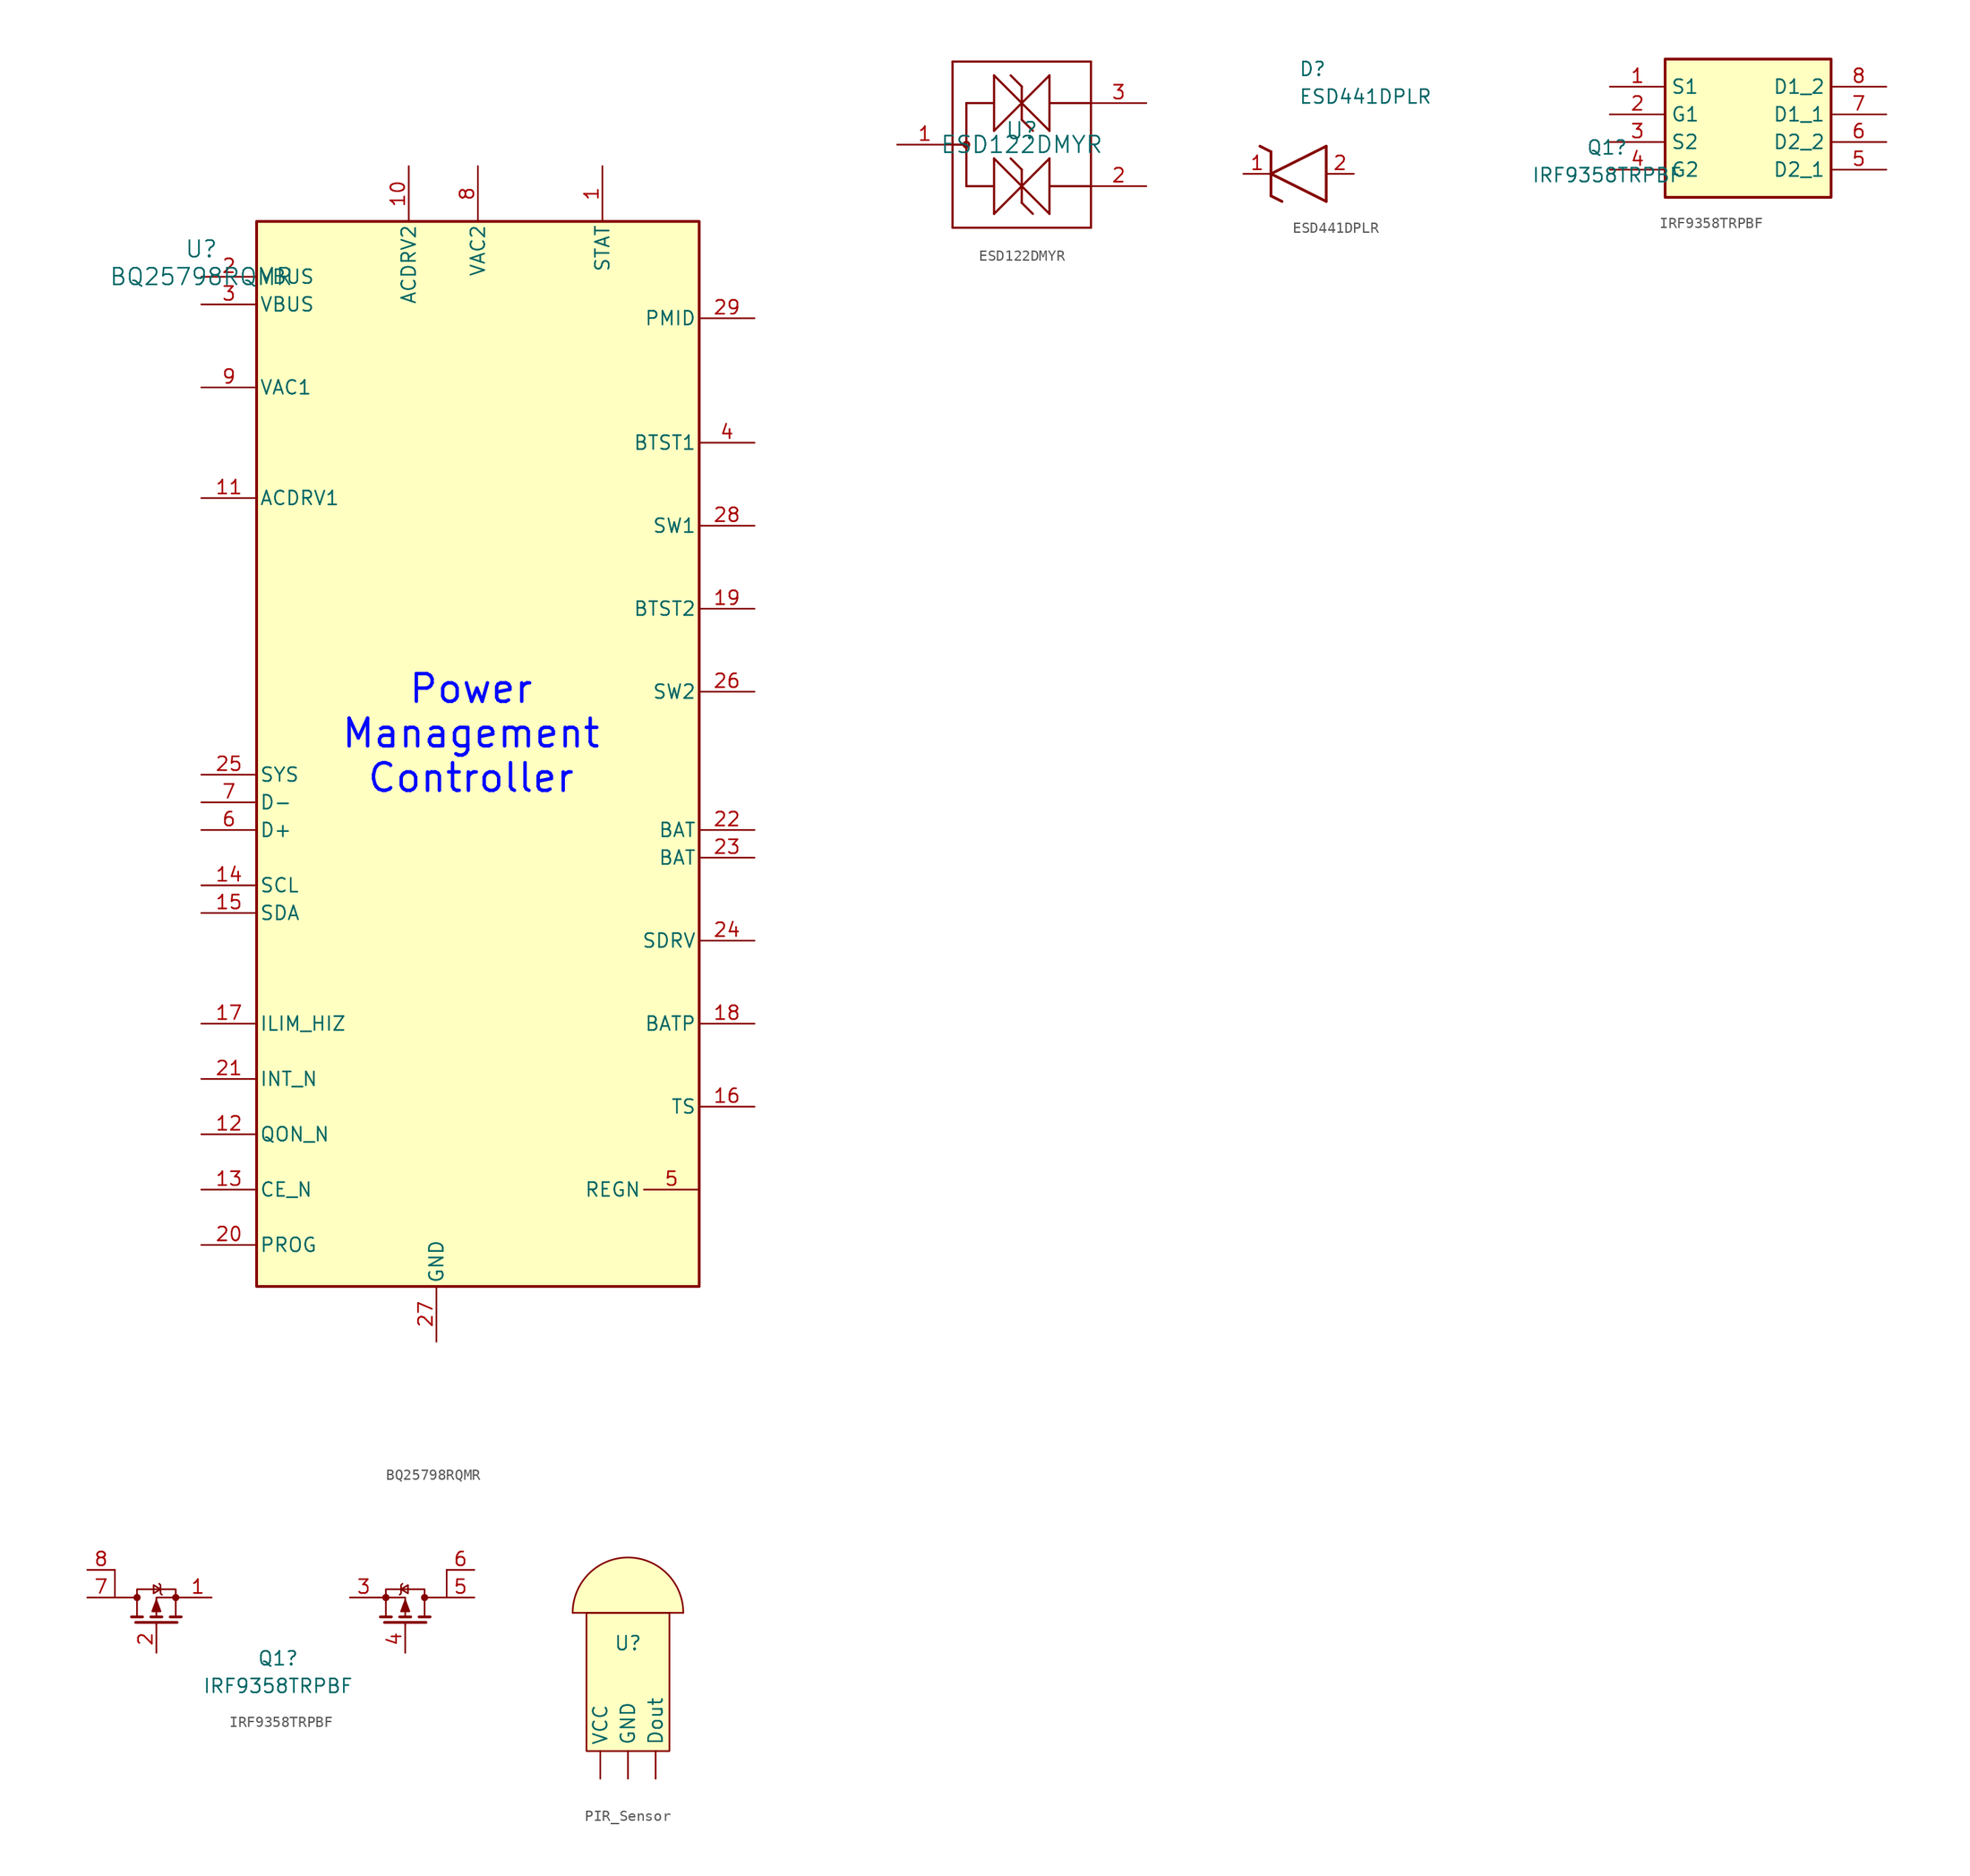
<source format=kicad_sym>
(kicad_symbol_lib
  (version 20231120)
  (generator "kicad_symbol_editor")
  (generator_version "8.0")
  (symbol "BQ25798RQMR"
    (pin_names
      (offset 0.254))
    (property "Reference" "U"
      (at 0 2.54 0)
      (effects (font (size 1.524 1.524))))
    (property "Value" "BQ25798RQMR"
      (at 0 0 0)
      (effects (font (size 1.524 1.524))))
    (property "ki_locked" ""
      (at 0 0 0)
      (effects (font (size 1.27 1.27))))
    (symbol "BQ25798RQMR_0_1"
      (pin unspecified line (at 36.83 10.16 270) (length 5.08) (name "STAT" (effects (font (size 1.27 1.27)))) (number "1" (effects (font (size 1.27 1.27)))))
      (pin power_in line (at 19.05 10.16 270) (length 5.08) (name "ACDRV2" (effects (font (size 1.27 1.27)))) (number "10" (effects (font (size 1.27 1.27)))))
      (pin power_in line (at 0 -20.32 0) (length 5.08) (name "ACDRV1" (effects (font (size 1.27 1.27)))) (number "11" (effects (font (size 1.27 1.27)))))
      (pin unspecified line (at 0 -78.74 0) (length 5.08) (name "QON_N" (effects (font (size 1.27 1.27)))) (number "12" (effects (font (size 1.27 1.27)))))
      (pin unspecified line (at 0 -83.82 0) (length 5.08) (name "CE_N" (effects (font (size 1.27 1.27)))) (number "13" (effects (font (size 1.27 1.27)))))
      (pin input line (at 0 -55.88 0) (length 5.08) (name "SCL" (effects (font (size 1.27 1.27)))) (number "14" (effects (font (size 1.27 1.27)))))
      (pin bidirectional line (at 0 -58.42 0) (length 5.08) (name "SDA" (effects (font (size 1.27 1.27)))) (number "15" (effects (font (size 1.27 1.27)))))
      (pin unspecified line (at 50.8 -76.2 180) (length 5.08) (name "TS" (effects (font (size 1.27 1.27)))) (number "16" (effects (font (size 1.27 1.27)))))
      (pin unspecified line (at 0 -68.58 0) (length 5.08) (name "ILIM_HIZ" (effects (font (size 1.27 1.27)))) (number "17" (effects (font (size 1.27 1.27)))))
      (pin unspecified line (at 50.8 -68.58 180) (length 5.08) (name "BATP" (effects (font (size 1.27 1.27)))) (number "18" (effects (font (size 1.27 1.27)))))
      (pin unspecified line (at 50.8 -30.48 180) (length 5.08) (name "BTST2" (effects (font (size 1.27 1.27)))) (number "19" (effects (font (size 1.27 1.27)))))
      (pin power_in line (at 0 0 0) (length 5.08) (name "VBUS" (effects (font (size 1.27 1.27)))) (number "2" (effects (font (size 1.27 1.27)))))
      (pin unspecified line (at 0 -88.9 0) (length 5.08) (name "PROG" (effects (font (size 1.27 1.27)))) (number "20" (effects (font (size 1.27 1.27)))))
      (pin unspecified line (at 0 -73.66 0) (length 5.08) (name "INT_N" (effects (font (size 1.27 1.27)))) (number "21" (effects (font (size 1.27 1.27)))))
      (pin unspecified line (at 50.8 -50.8 180) (length 5.08) (name "BAT" (effects (font (size 1.27 1.27)))) (number "22" (effects (font (size 1.27 1.27)))))
      (pin unspecified line (at 50.8 -53.34 180) (length 5.08) (name "BAT" (effects (font (size 1.27 1.27)))) (number "23" (effects (font (size 1.27 1.27)))))
      (pin unspecified line (at 50.8 -60.96 180) (length 5.08) (name "SDRV" (effects (font (size 1.27 1.27)))) (number "24" (effects (font (size 1.27 1.27)))))
      (pin unspecified line (at 0 -45.72 0) (length 5.08) (name "SYS" (effects (font (size 1.27 1.27)))) (number "25" (effects (font (size 1.27 1.27)))))
      (pin unspecified line (at 50.8 -38.1 180) (length 5.08) (name "SW2" (effects (font (size 1.27 1.27)))) (number "26" (effects (font (size 1.27 1.27)))))
      (pin power_in line (at 21.59 -97.79 90) (length 5.08) (name "GND" (effects (font (size 1.27 1.27)))) (number "27" (effects (font (size 1.27 1.27)))))
      (pin unspecified line (at 50.8 -22.86 180) (length 5.08) (name "SW1" (effects (font (size 1.27 1.27)))) (number "28" (effects (font (size 1.27 1.27)))))
      (pin unspecified line (at 50.8 -3.81 180) (length 5.08) (name "PMID" (effects (font (size 1.27 1.27)))) (number "29" (effects (font (size 1.27 1.27)))))
      (pin power_in line (at 0 -2.54 0) (length 5.08) (name "VBUS" (effects (font (size 1.27 1.27)))) (number "3" (effects (font (size 1.27 1.27)))))
      (pin unspecified line (at 50.8 -15.24 180) (length 5.08) (name "BTST1" (effects (font (size 1.27 1.27)))) (number "4" (effects (font (size 1.27 1.27)))))
      (pin unspecified line (at 45.72 -83.82 180) (length 5.08) (name "REGN" (effects (font (size 1.27 1.27)))) (number "5" (effects (font (size 1.27 1.27)))))
      (pin unspecified line (at 0 -50.8 0) (length 5.08) (name "D+" (effects (font (size 1.27 1.27)))) (number "6" (effects (font (size 1.27 1.27)))))
      (pin unspecified line (at 0 -48.26 0) (length 5.08) (name "D-" (effects (font (size 1.27 1.27)))) (number "7" (effects (font (size 1.27 1.27)))))
      (pin power_in line (at 25.4 10.16 270) (length 5.08) (name "VAC2" (effects (font (size 1.27 1.27)))) (number "8" (effects (font (size 1.27 1.27)))))
      (pin power_in line (at 0 -10.16 0) (length 5.08) (name "VAC1" (effects (font (size 1.27 1.27)))) (number "9" (effects (font (size 1.27 1.27))))))
    (symbol "BQ25798RQMR_1_1"
      (rectangle (start 5.08 5.08) (end 45.72 -92.71) (stroke (width 0.254) (type default)) (fill (type background)))
      (text_box "Power Management\nController" (at 11.43 -34.29 0) (size 26.67 -15.24) (stroke (width -0.0001) (type default)) (fill (type none)) (effects (font (size 2.54 2.54) (thickness 0.318) (color 0 7 255 1))))))
  (symbol "ESD122DMYR"
    (pin_names
      (offset 0.254))
    (property "Reference" "U"
      (at 0 1.27 0)
      (effects (font (size 1.524 1.524))))
    (property "Value" "ESD122DMYR"
      (at 0 0 0)
      (effects (font (size 1.524 1.524))))
    (property "ki_locked" ""
      (at 0 0 0)
      (effects (font (size 1.27 1.27))))
    (symbol "ESD122DMYR_0_1"
      (circle (center -5.08 0) (radius 0.254) (stroke (width 0.203) (type default)) (fill (type none)))
      (polyline (pts (xy -6.35 -7.62) (xy 6.35 -7.62)) (stroke (width 0.203) (type default)) (fill (type none)))
      (polyline (pts (xy -6.35 0) (xy -5.08 0)) (stroke (width 0.203) (type default)) (fill (type none)))
      (polyline (pts (xy -6.35 7.62) (xy -6.35 -7.62)) (stroke (width 0.203) (type default)) (fill (type none)))
      (polyline (pts (xy -5.08 0) (xy -5.08 -3.81)) (stroke (width 0.203) (type default)) (fill (type none)))
      (polyline (pts (xy -5.08 3.81) (xy -5.08 0)) (stroke (width 0.203) (type default)) (fill (type none)))
      (polyline (pts (xy -2.54 -6.35) (xy 0 -3.81)) (stroke (width 0.203) (type default)) (fill (type none)))
      (polyline (pts (xy -2.54 -3.81) (xy -5.08 -3.81)) (stroke (width 0.203) (type default)) (fill (type none)))
      (polyline (pts (xy -2.54 -1.27) (xy -2.54 -6.35)) (stroke (width 0.203) (type default)) (fill (type none)))
      (polyline (pts (xy -2.54 1.27) (xy 0 3.81)) (stroke (width 0.203) (type default)) (fill (type none)))
      (polyline (pts (xy -2.54 3.81) (xy -5.08 3.81)) (stroke (width 0.203) (type default)) (fill (type none)))
      (polyline (pts (xy -2.54 6.35) (xy -2.54 1.27)) (stroke (width 0.203) (type default)) (fill (type none)))
      (polyline (pts (xy 0 -5.334) (xy 0 -2.286)) (stroke (width 0.203) (type default)) (fill (type none)))
      (polyline (pts (xy 0 -3.81) (xy -2.54 -1.27)) (stroke (width 0.203) (type default)) (fill (type none)))
      (polyline (pts (xy 0 -3.81) (xy 2.54 -1.27)) (stroke (width 0.203) (type default)) (fill (type none)))
      (polyline (pts (xy 0 -2.286) (xy -1.016 -1.27)) (stroke (width 0.203) (type default)) (fill (type none)))
      (polyline (pts (xy 0 2.286) (xy 0 5.334)) (stroke (width 0.203) (type default)) (fill (type none)))
      (polyline (pts (xy 0 3.81) (xy -2.54 6.35)) (stroke (width 0.203) (type default)) (fill (type none)))
      (polyline (pts (xy 0 3.81) (xy 2.54 6.35)) (stroke (width 0.203) (type default)) (fill (type none)))
      (polyline (pts (xy 0 5.334) (xy -1.016 6.35)) (stroke (width 0.203) (type default)) (fill (type none)))
      (polyline (pts (xy 1.016 -6.35) (xy 0 -5.334)) (stroke (width 0.203) (type default)) (fill (type none)))
      (polyline (pts (xy 1.016 1.27) (xy 0 2.286)) (stroke (width 0.203) (type default)) (fill (type none)))
      (polyline (pts (xy 2.54 -6.35) (xy 0 -3.81)) (stroke (width 0.203) (type default)) (fill (type none)))
      (polyline (pts (xy 2.54 -1.27) (xy 2.54 -6.35)) (stroke (width 0.203) (type default)) (fill (type none)))
      (polyline (pts (xy 2.54 1.27) (xy 0 3.81)) (stroke (width 0.203) (type default)) (fill (type none)))
      (polyline (pts (xy 2.54 6.35) (xy 2.54 1.27)) (stroke (width 0.203) (type default)) (fill (type none)))
      (polyline (pts (xy 6.35 -7.62) (xy 6.35 7.62)) (stroke (width 0.203) (type default)) (fill (type none)))
      (polyline (pts (xy 6.35 -3.81) (xy 2.54 -3.81)) (stroke (width 0.203) (type default)) (fill (type none)))
      (polyline (pts (xy 6.35 3.81) (xy 2.54 3.81)) (stroke (width 0.203) (type default)) (fill (type none)))
      (polyline (pts (xy 6.35 7.62) (xy -6.35 7.62)) (stroke (width 0.203) (type default)) (fill (type none))))
    (symbol "ESD122DMYR_1_1"
      (pin unspecified line (at -11.43 0 0) (length 5.08) (name "" (effects (font (size 1.27 1.27)))) (number "1" (effects (font (size 1.27 1.27)))))
      (pin unspecified line (at 11.43 -3.81 180) (length 5.08) (name "" (effects (font (size 1.27 1.27)))) (number "2" (effects (font (size 1.27 1.27)))))
      (pin unspecified line (at 11.43 3.81 180) (length 5.08) (name "" (effects (font (size 1.27 1.27)))) (number "3" (effects (font (size 1.27 1.27)))))))
  (symbol "ESD441DPLR"
    (pin_names hide)
    (property "Reference" "D"
      (at 12.7 8.89 0)
      (effects (font (size 1.27 1.27)) (justify left bottom)))
    (property "Value" "ESD441DPLR"
      (at 12.7 6.35 0)
      (effects (font (size 1.27 1.27)) (justify left bottom)))
    (symbol "ESD441DPLR_1_1"
      (polyline (pts (xy 9.144 2.54) (xy 10.16 2.032)) (stroke (width 0.254) (type default)) (fill (type none)))
      (polyline (pts (xy 10.16 -2.032) (xy 10.16 2.032)) (stroke (width 0.254) (type default)) (fill (type none)))
      (polyline (pts (xy 10.16 -2.032) (xy 11.176 -2.54)) (stroke (width 0.254) (type default)) (fill (type none)))
      (polyline (pts (xy 10.16 0) (xy 15.24 -2.54)) (stroke (width 0.254) (type default)) (fill (type none)))
      (polyline (pts (xy 15.24 2.54) (xy 10.16 0)) (stroke (width 0.254) (type default)) (fill (type none)))
      (polyline (pts (xy 15.24 2.54) (xy 15.24 -2.54)) (stroke (width 0.254) (type default)) (fill (type none)))
      (pin passive line (at 7.62 0 0) (length 2.54) (name "1" (effects (font (size 1.27 1.27)))) (number "1" (effects (font (size 1.27 1.27)))))
      (pin passive line (at 17.78 0 180) (length 2.54) (name "2" (effects (font (size 1.27 1.27)))) (number "2" (effects (font (size 1.27 1.27)))))))
  (symbol "IRF9358TRPBF"
    (property "Reference" "Q1"
      (at -0.254 -5.588 0)
      (effects (font (size 1.27 1.27))))
    (property "Value" "IRF9358TRPBF"
      (at -0.254 -8.128 0)
      (effects (font (size 1.27 1.27))))
    (symbol "IRF9358TRPBF_0_2"
      (circle (center -13.208 0) (radius 0.254) (stroke (width 0) (type default)) (fill (type outline)))
      (circle (center -9.652 0) (radius 0.254) (stroke (width 0) (type default)) (fill (type outline)))
      (polyline (pts (xy -15.24 0) (xy -15.24 2.54)) (stroke (width 0) (type default)) (fill (type none)))
      (polyline (pts (xy -15.24 0) (xy -13.208 0)) (stroke (width 0) (type default)) (fill (type none)))
      (polyline (pts (xy -13.716 -1.778) (xy -12.7 -1.778)) (stroke (width 0.254) (type default)) (fill (type none)))
      (polyline (pts (xy -13.335 -2.286) (xy -9.525 -2.286)) (stroke (width 0.254) (type default)) (fill (type none)))
      (polyline (pts (xy -11.938 -1.778) (xy -10.922 -1.778)) (stroke (width 0.254) (type default)) (fill (type none)))
      (polyline (pts (xy -11.43 -2.286) (xy -11.43 -2.54)) (stroke (width 0) (type default)) (fill (type none)))
      (polyline (pts (xy -10.16 -1.778) (xy -9.144 -1.778)) (stroke (width 0.254) (type default)) (fill (type none)))
      (polyline (pts (xy 10.16 -1.778) (xy 9.144 -1.778)) (stroke (width 0.254) (type default)) (fill (type none)))
      (polyline (pts (xy 11.43 -2.286) (xy 11.43 -2.54)) (stroke (width 0) (type default)) (fill (type none)))
      (polyline (pts (xy 11.938 -1.778) (xy 10.922 -1.778)) (stroke (width 0.254) (type default)) (fill (type none)))
      (polyline (pts (xy 13.335 -2.286) (xy 9.525 -2.286)) (stroke (width 0.254) (type default)) (fill (type none)))
      (polyline (pts (xy 13.716 -1.778) (xy 12.7 -1.778)) (stroke (width 0.254) (type default)) (fill (type none)))
      (polyline (pts (xy 15.24 0) (xy 13.208 0)) (stroke (width 0) (type default)) (fill (type none)))
      (polyline (pts (xy 15.24 0) (xy 15.24 2.54)) (stroke (width 0) (type default)) (fill (type none)))
      (polyline (pts (xy -8.89 0) (xy -11.43 0) (xy -11.43 -1.778)) (stroke (width 0) (type default)) (fill (type none)))
      (polyline (pts (xy 8.89 0) (xy 11.43 0) (xy 11.43 -1.778)) (stroke (width 0) (type default)) (fill (type none)))
      (polyline (pts (xy -13.208 -1.778) (xy -13.208 0.762) (xy -9.652 0.762) (xy -9.652 -1.778)) (stroke (width 0) (type default)) (fill (type none)))
      (polyline (pts (xy -11.43 -0.254) (xy -11.811 -1.27) (xy -11.049 -1.27) (xy -11.43 -0.254)) (stroke (width 0) (type default)) (fill (type outline)))
      (polyline (pts (xy -11.049 0.762) (xy -11.684 0.381) (xy -11.684 1.143) (xy -11.049 0.762)) (stroke (width 0) (type default)) (fill (type none)))
      (polyline (pts (xy -10.922 0.254) (xy -11.049 0.381) (xy -11.049 1.143) (xy -11.176 1.27)) (stroke (width 0) (type default)) (fill (type none)))
      (polyline (pts (xy 10.922 0.254) (xy 11.049 0.381) (xy 11.049 1.143) (xy 11.176 1.27)) (stroke (width 0) (type default)) (fill (type none)))
      (polyline (pts (xy 11.049 0.762) (xy 11.684 0.381) (xy 11.684 1.143) (xy 11.049 0.762)) (stroke (width 0) (type default)) (fill (type none)))
      (polyline (pts (xy 11.43 -0.254) (xy 11.811 -1.27) (xy 11.049 -1.27) (xy 11.43 -0.254)) (stroke (width 0) (type default)) (fill (type outline)))
      (polyline (pts (xy 13.208 -1.778) (xy 13.208 0.762) (xy 9.652 0.762) (xy 9.652 -1.778)) (stroke (width 0) (type default)) (fill (type none)))
      (circle (center 9.652 0) (radius 0.254) (stroke (width 0) (type default)) (fill (type outline)))
      (circle (center 13.208 0) (radius 0.254) (stroke (width 0) (type default)) (fill (type outline))))
    (symbol "IRF9358TRPBF_1_1"
      (rectangle (start 5.08 2.54) (end 20.32 -10.16) (stroke (width 0.254) (type default)) (fill (type background)))
      (pin passive line (at 0 0 0) (length 5.08) (name "S1" (effects (font (size 1.27 1.27)))) (number "1" (effects (font (size 1.27 1.27)))))
      (pin passive line (at 0 -2.54 0) (length 5.08) (name "G1" (effects (font (size 1.27 1.27)))) (number "2" (effects (font (size 1.27 1.27)))))
      (pin passive line (at 0 -5.08 0) (length 5.08) (name "S2" (effects (font (size 1.27 1.27)))) (number "3" (effects (font (size 1.27 1.27)))))
      (pin passive line (at 0 -7.62 0) (length 5.08) (name "G2" (effects (font (size 1.27 1.27)))) (number "4" (effects (font (size 1.27 1.27)))))
      (pin passive line (at 25.4 -7.62 180) (length 5.08) (name "D2_1" (effects (font (size 1.27 1.27)))) (number "5" (effects (font (size 1.27 1.27)))))
      (pin passive line (at 25.4 -5.08 180) (length 5.08) (name "D2_2" (effects (font (size 1.27 1.27)))) (number "6" (effects (font (size 1.27 1.27)))))
      (pin passive line (at 25.4 -2.54 180) (length 5.08) (name "D1_1" (effects (font (size 1.27 1.27)))) (number "7" (effects (font (size 1.27 1.27)))))
      (pin passive line (at 25.4 0 180) (length 5.08) (name "D1_2" (effects (font (size 1.27 1.27)))) (number "8" (effects (font (size 1.27 1.27))))))
    (symbol "IRF9358TRPBF_1_2"
      (pin passive line (at -6.35 0 180) (length 2.54) (name "" (effects (font (size 1.27 1.27)))) (number "1" (effects (font (size 1.27 1.27)))))
      (pin passive line (at -11.43 -5.08 90) (length 2.54) (name "" (effects (font (size 1.27 1.27)))) (number "2" (effects (font (size 1.27 1.27)))))
      (pin passive line (at 6.35 0 0) (length 2.54) (name "" (effects (font (size 1.27 1.27)))) (number "3" (effects (font (size 1.27 1.27)))))
      (pin passive line (at 11.43 -5.08 90) (length 2.54) (name "" (effects (font (size 1.27 1.27)))) (number "4" (effects (font (size 1.27 1.27)))))
      (pin passive line (at 17.78 0 180) (length 2.54) (name "" (effects (font (size 1.27 1.27)))) (number "5" (effects (font (size 1.27 1.27)))))
      (pin passive line (at 17.78 2.54 180) (length 2.54) (name "" (effects (font (size 1.27 1.27)))) (number "6" (effects (font (size 1.27 1.27)))))
      (pin passive line (at -17.78 0 0) (length 2.54) (name "" (effects (font (size 1.27 1.27)))) (number "7" (effects (font (size 1.27 1.27)))))
      (pin passive line (at -17.78 2.54 0) (length 2.54) (name "" (effects (font (size 1.27 1.27)))) (number "8" (effects (font (size 1.27 1.27)))))))
  (symbol "PIR_Sensor"
    (property "Reference" "U"
      (at 0 9.906 0)
      (effects (font (size 1.27 1.27))))
    (property "Value" ""
      (at 0 2.54 0)
      (effects (font (size 1.27 1.27))))
    (symbol "PIR_Sensor_0_1"
      (polyline (pts (xy -5.08 12.7) (xy 5.08 12.7)) (stroke (width 0) (type default)) (fill (type none))))
    (symbol "PIR_Sensor_1_1"
      (rectangle (start -3.81 12.7) (end 3.81 0) (stroke (width 0) (type default)) (fill (type background)))
      (arc (start 5.08 12.7) (mid 0 17.78) (end -5.08 12.7) (stroke (width 0) (type default)) (fill (type background)))
      (pin input line (at 2.54 -2.54 90) (length 2.54) (name "Dout" (effects (font (size 1.27 1.27)))) (number "" (effects (font (size 1.27 1.27)))))
      (pin input line (at 0 -2.54 90) (length 2.54) (name "GND" (effects (font (size 1.27 1.27)))) (number "" (effects (font (size 1.27 1.27)))))
      (pin input line (at -2.54 -2.54 90) (length 2.54) (name "VCC" (effects (font (size 1.27 1.27)))) (number "" (effects (font (size 1.27 1.27))))))))
</source>
